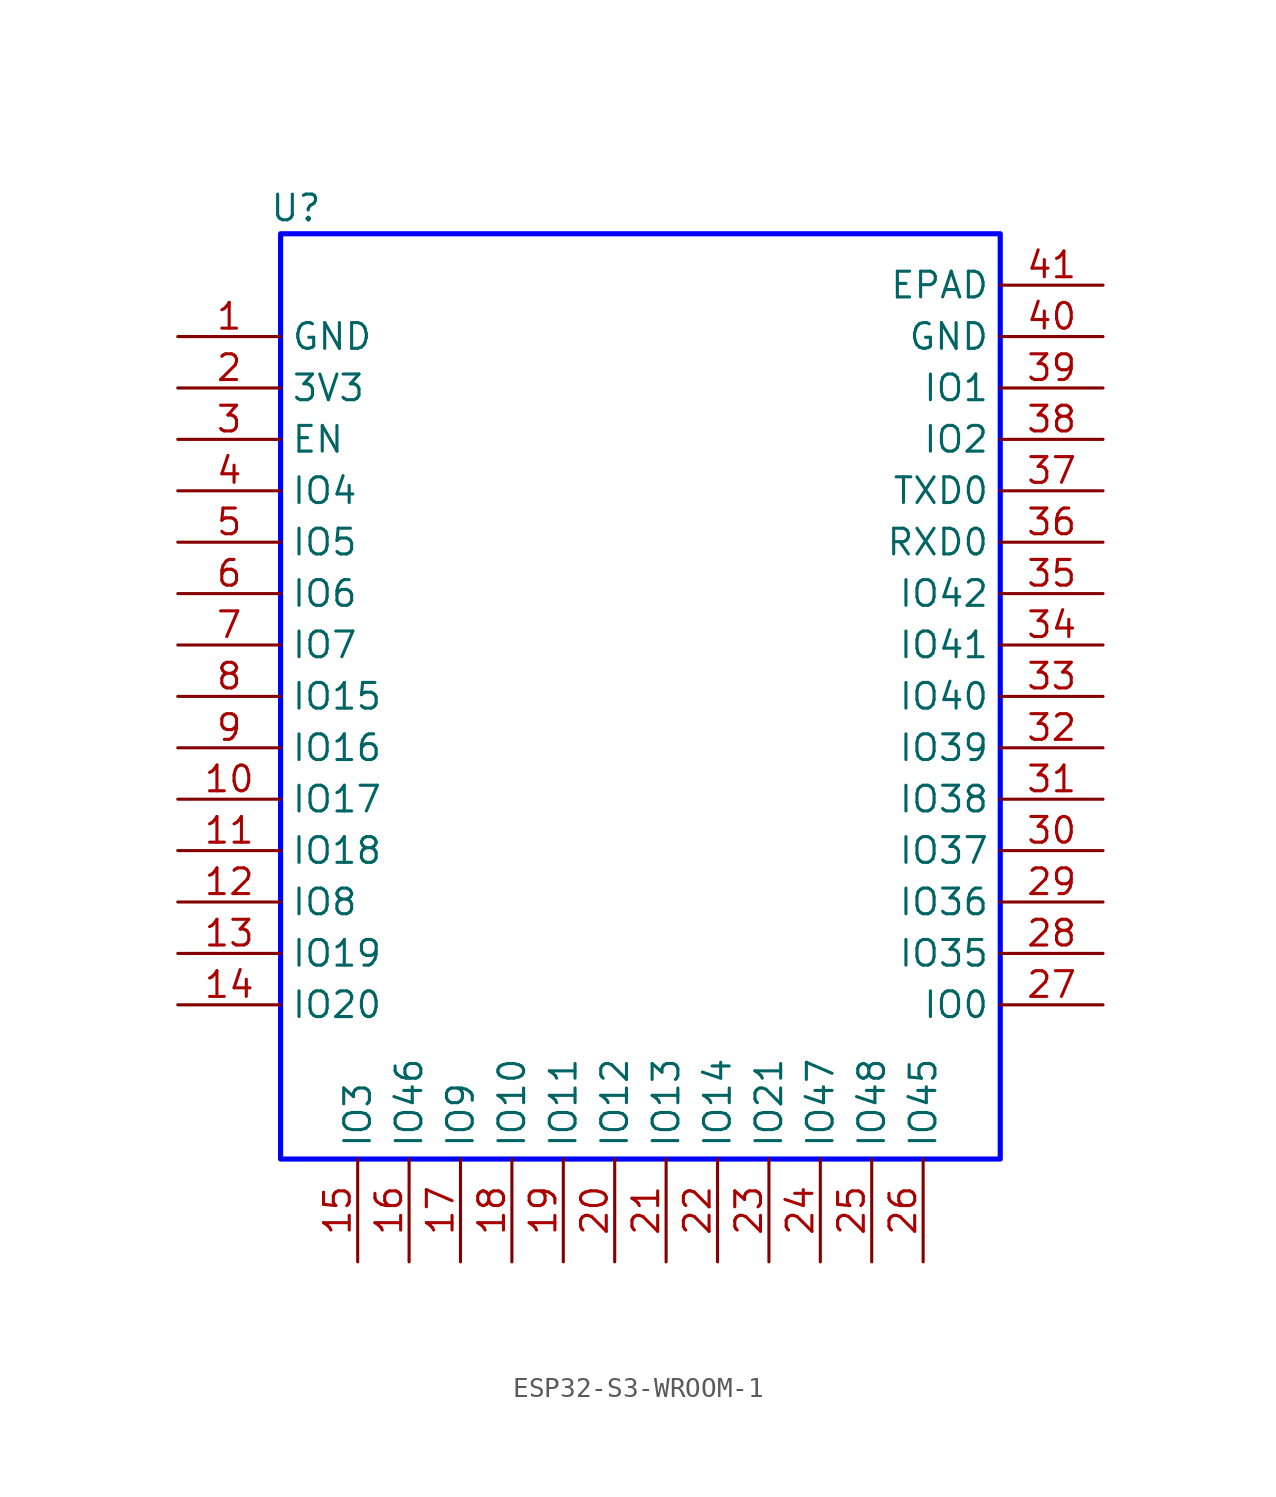
<source format=kicad_sym>
(kicad_symbol_lib
  (version 20241209)
  (generator "kicad_symbol_editor")
  (generator_version "9.0")
  (symbol "ESP32-S3-WROOM-1"
    (property "Reference" "U"
      (at 5.842 6.35 0)
      (effects (font (size 1.27 1.27))))
    (property "Value" ""
      (at 0 0 0)
      (effects (font (size 1.27 1.27))))
    (symbol "ESP32-S3-WROOM-1_0_1"
      (rectangle (start 5.08 5.08) (end 40.64 -40.64) (stroke (width 0.254) (type default) (color 0 0 255 1)) (fill (type none))))
    (symbol "ESP32-S3-WROOM-1_1_1"
      (pin free line (at 0 0 0) (length 5.08) (name "GND" (effects (font (size 1.27 1.27)))) (number "1" (effects (font (size 1.27 1.27)))))
      (pin free line (at 0 -2.54 0) (length 5.08) (name "3V3" (effects (font (size 1.27 1.27)))) (number "2" (effects (font (size 1.27 1.27)))))
      (pin free line (at 0 -5.08 0) (length 5.08) (name "EN" (effects (font (size 1.27 1.27)))) (number "3" (effects (font (size 1.27 1.27)))))
      (pin free line (at 0 -7.62 0) (length 5.08) (name "IO4" (effects (font (size 1.27 1.27)))) (number "4" (effects (font (size 1.27 1.27)))))
      (pin free line (at 0 -10.16 0) (length 5.08) (name "IO5" (effects (font (size 1.27 1.27)))) (number "5" (effects (font (size 1.27 1.27)))))
      (pin free line (at 0 -12.7 0) (length 5.08) (name "IO6" (effects (font (size 1.27 1.27)))) (number "6" (effects (font (size 1.27 1.27)))))
      (pin free line (at 0 -15.24 0) (length 5.08) (name "IO7" (effects (font (size 1.27 1.27)))) (number "7" (effects (font (size 1.27 1.27)))))
      (pin free line (at 0 -17.78 0) (length 5.08) (name "IO15" (effects (font (size 1.27 1.27)))) (number "8" (effects (font (size 1.27 1.27)))))
      (pin free line (at 0 -20.32 0) (length 5.08) (name "IO16" (effects (font (size 1.27 1.27)))) (number "9" (effects (font (size 1.27 1.27)))))
      (pin free line (at 0 -22.86 0) (length 5.08) (name "IO17" (effects (font (size 1.27 1.27)))) (number "10" (effects (font (size 1.27 1.27)))))
      (pin free line (at 0 -25.4 0) (length 5.08) (name "IO18" (effects (font (size 1.27 1.27)))) (number "11" (effects (font (size 1.27 1.27)))))
      (pin free line (at 0 -27.94 0) (length 5.08) (name "IO8" (effects (font (size 1.27 1.27)))) (number "12" (effects (font (size 1.27 1.27)))))
      (pin free line (at 0 -30.48 0) (length 5.08) (name "IO19" (effects (font (size 1.27 1.27)))) (number "13" (effects (font (size 1.27 1.27)))))
      (pin free line (at 0 -33.02 0) (length 5.08) (name "IO20" (effects (font (size 1.27 1.27)))) (number "14" (effects (font (size 1.27 1.27)))))
      (pin free line (at 8.89 -45.72 90) (length 5.08) (name "IO3" (effects (font (size 1.27 1.27)))) (number "15" (effects (font (size 1.27 1.27)))))
      (pin free line (at 11.43 -45.72 90) (length 5.08) (name "IO46" (effects (font (size 1.27 1.27)))) (number "16" (effects (font (size 1.27 1.27)))))
      (pin free line (at 13.97 -45.72 90) (length 5.08) (name "IO9" (effects (font (size 1.27 1.27)))) (number "17" (effects (font (size 1.27 1.27)))))
      (pin free line (at 16.51 -45.72 90) (length 5.08) (name "IO10" (effects (font (size 1.27 1.27)))) (number "18" (effects (font (size 1.27 1.27)))))
      (pin free line (at 19.05 -45.72 90) (length 5.08) (name "IO11" (effects (font (size 1.27 1.27)))) (number "19" (effects (font (size 1.27 1.27)))))
      (pin free line (at 21.59 -45.72 90) (length 5.08) (name "IO12" (effects (font (size 1.27 1.27)))) (number "20" (effects (font (size 1.27 1.27)))))
      (pin free line (at 24.13 -45.72 90) (length 5.08) (name "IO13" (effects (font (size 1.27 1.27)))) (number "21" (effects (font (size 1.27 1.27)))))
      (pin free line (at 26.67 -45.72 90) (length 5.08) (name "IO14" (effects (font (size 1.27 1.27)))) (number "22" (effects (font (size 1.27 1.27)))))
      (pin free line (at 29.21 -45.72 90) (length 5.08) (name "IO21" (effects (font (size 1.27 1.27)))) (number "23" (effects (font (size 1.27 1.27)))))
      (pin free line (at 31.75 -45.72 90) (length 5.08) (name "IO47" (effects (font (size 1.27 1.27)))) (number "24" (effects (font (size 1.27 1.27)))))
      (pin free line (at 34.29 -45.72 90) (length 5.08) (name "IO48" (effects (font (size 1.27 1.27)))) (number "25" (effects (font (size 1.27 1.27)))))
      (pin free line (at 36.83 -45.72 90) (length 5.08) (name "IO45" (effects (font (size 1.27 1.27)))) (number "26" (effects (font (size 1.27 1.27)))))
      (pin free line (at 45.72 2.54 180) (length 5.08) (name "EPAD" (effects (font (size 1.27 1.27)))) (number "41" (effects (font (size 1.27 1.27)))))
      (pin free line (at 45.72 0 180) (length 5.08) (name "GND" (effects (font (size 1.27 1.27)))) (number "40" (effects (font (size 1.27 1.27)))))
      (pin free line (at 45.72 -2.54 180) (length 5.08) (name "IO1" (effects (font (size 1.27 1.27)))) (number "39" (effects (font (size 1.27 1.27)))))
      (pin free line (at 45.72 -5.08 180) (length 5.08) (name "IO2" (effects (font (size 1.27 1.27)))) (number "38" (effects (font (size 1.27 1.27)))))
      (pin free line (at 45.72 -7.62 180) (length 5.08) (name "TXD0" (effects (font (size 1.27 1.27)))) (number "37" (effects (font (size 1.27 1.27)))))
      (pin free line (at 45.72 -10.16 180) (length 5.08) (name "RXD0" (effects (font (size 1.27 1.27)))) (number "36" (effects (font (size 1.27 1.27)))))
      (pin free line (at 45.72 -12.7 180) (length 5.08) (name "IO42" (effects (font (size 1.27 1.27)))) (number "35" (effects (font (size 1.27 1.27)))))
      (pin free line (at 45.72 -15.24 180) (length 5.08) (name "IO41" (effects (font (size 1.27 1.27)))) (number "34" (effects (font (size 1.27 1.27)))))
      (pin free line (at 45.72 -17.78 180) (length 5.08) (name "IO40" (effects (font (size 1.27 1.27)))) (number "33" (effects (font (size 1.27 1.27)))))
      (pin free line (at 45.72 -20.32 180) (length 5.08) (name "IO39" (effects (font (size 1.27 1.27)))) (number "32" (effects (font (size 1.27 1.27)))))
      (pin free line (at 45.72 -22.86 180) (length 5.08) (name "IO38" (effects (font (size 1.27 1.27)))) (number "31" (effects (font (size 1.27 1.27)))))
      (pin free line (at 45.72 -25.4 180) (length 5.08) (name "IO37" (effects (font (size 1.27 1.27)))) (number "30" (effects (font (size 1.27 1.27)))))
      (pin free line (at 45.72 -27.94 180) (length 5.08) (name "IO36" (effects (font (size 1.27 1.27)))) (number "29" (effects (font (size 1.27 1.27)))))
      (pin free line (at 45.72 -30.48 180) (length 5.08) (name "IO35" (effects (font (size 1.27 1.27)))) (number "28" (effects (font (size 1.27 1.27)))))
      (pin free line (at 45.72 -33.02 180) (length 5.08) (name "IO0" (effects (font (size 1.27 1.27)))) (number "27" (effects (font (size 1.27 1.27))))))))
</source>
